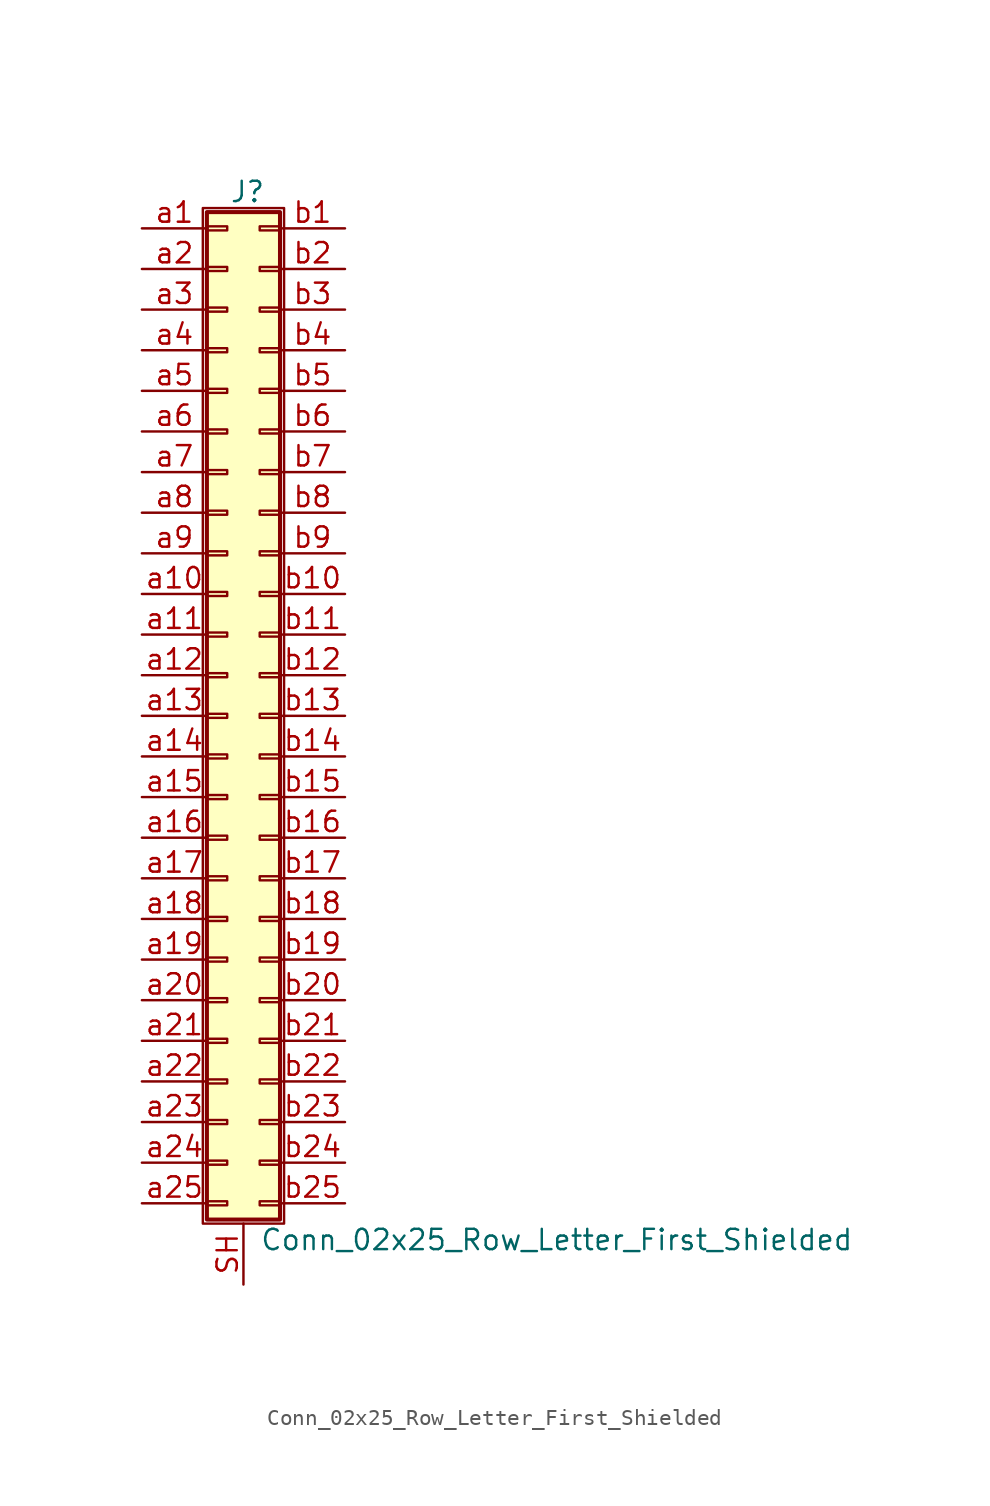
<source format=kicad_sym>
(kicad_symbol_lib
  (version 20211014)
  (generator kicad_symbol_editor)
  (symbol "Conn_02x25_Row_Letter_First_Shielded"
    (pin_names
      (offset 1.016) hide)
    (property "Reference" "J"
      (at 1.524 32.766 0)
      (effects (font (size 1.27 1.27))))
    (property "Value" "Conn_02x25_Row_Letter_First_Shielded"
      (at 2.286 -32.766 0)
      (effects (font (size 1.27 1.27)) (justify left)))
    (symbol "Conn_02x25_Row_Letter_First_Shielded_1_1"
      (rectangle (start -1.27 31.75) (end 3.81 -31.75) (stroke (width 0.152) (type default) (color 0 0 0 0)) (fill (type none)))
      (rectangle (start -1.016 -30.353) (end 0.254 -30.607) (stroke (width 0.152) (type default) (color 0 0 0 0)) (fill (type none)))
      (rectangle (start -1.016 -27.813) (end 0.254 -28.067) (stroke (width 0.152) (type default) (color 0 0 0 0)) (fill (type none)))
      (rectangle (start -1.016 -25.273) (end 0.254 -25.527) (stroke (width 0.152) (type default) (color 0 0 0 0)) (fill (type none)))
      (rectangle (start -1.016 -22.733) (end 0.254 -22.987) (stroke (width 0.152) (type default) (color 0 0 0 0)) (fill (type none)))
      (rectangle (start -1.016 -20.193) (end 0.254 -20.447) (stroke (width 0.152) (type default) (color 0 0 0 0)) (fill (type none)))
      (rectangle (start -1.016 -17.653) (end 0.254 -17.907) (stroke (width 0.152) (type default) (color 0 0 0 0)) (fill (type none)))
      (rectangle (start -1.016 -15.113) (end 0.254 -15.367) (stroke (width 0.152) (type default) (color 0 0 0 0)) (fill (type none)))
      (rectangle (start -1.016 -12.573) (end 0.254 -12.827) (stroke (width 0.152) (type default) (color 0 0 0 0)) (fill (type none)))
      (rectangle (start -1.016 -10.033) (end 0.254 -10.287) (stroke (width 0.152) (type default) (color 0 0 0 0)) (fill (type none)))
      (rectangle (start -1.016 -7.493) (end 0.254 -7.747) (stroke (width 0.152) (type default) (color 0 0 0 0)) (fill (type none)))
      (rectangle (start -1.016 -4.953) (end 0.254 -5.207) (stroke (width 0.152) (type default) (color 0 0 0 0)) (fill (type none)))
      (rectangle (start -1.016 -2.413) (end 0.254 -2.667) (stroke (width 0.152) (type default) (color 0 0 0 0)) (fill (type none)))
      (rectangle (start -1.016 0.127) (end 0.254 -0.127) (stroke (width 0.152) (type default) (color 0 0 0 0)) (fill (type none)))
      (rectangle (start -1.016 2.667) (end 0.254 2.413) (stroke (width 0.152) (type default) (color 0 0 0 0)) (fill (type none)))
      (rectangle (start -1.016 5.207) (end 0.254 4.953) (stroke (width 0.152) (type default) (color 0 0 0 0)) (fill (type none)))
      (rectangle (start -1.016 7.747) (end 0.254 7.493) (stroke (width 0.152) (type default) (color 0 0 0 0)) (fill (type none)))
      (rectangle (start -1.016 10.287) (end 0.254 10.033) (stroke (width 0.152) (type default) (color 0 0 0 0)) (fill (type none)))
      (rectangle (start -1.016 12.827) (end 0.254 12.573) (stroke (width 0.152) (type default) (color 0 0 0 0)) (fill (type none)))
      (rectangle (start -1.016 15.367) (end 0.254 15.113) (stroke (width 0.152) (type default) (color 0 0 0 0)) (fill (type none)))
      (rectangle (start -1.016 17.907) (end 0.254 17.653) (stroke (width 0.152) (type default) (color 0 0 0 0)) (fill (type none)))
      (rectangle (start -1.016 20.447) (end 0.254 20.193) (stroke (width 0.152) (type default) (color 0 0 0 0)) (fill (type none)))
      (rectangle (start -1.016 22.987) (end 0.254 22.733) (stroke (width 0.152) (type default) (color 0 0 0 0)) (fill (type none)))
      (rectangle (start -1.016 25.527) (end 0.254 25.273) (stroke (width 0.152) (type default) (color 0 0 0 0)) (fill (type none)))
      (rectangle (start -1.016 28.067) (end 0.254 27.813) (stroke (width 0.152) (type default) (color 0 0 0 0)) (fill (type none)))
      (rectangle (start -1.016 30.607) (end 0.254 30.353) (stroke (width 0.152) (type default) (color 0 0 0 0)) (fill (type none)))
      (rectangle (start -1.016 31.496) (end 3.556 -31.496) (stroke (width 0.254) (type default) (color 0 0 0 0)) (fill (type background)))
      (rectangle (start 3.556 -30.353) (end 2.286 -30.607) (stroke (width 0.152) (type default) (color 0 0 0 0)) (fill (type none)))
      (rectangle (start 3.556 -27.813) (end 2.286 -28.067) (stroke (width 0.152) (type default) (color 0 0 0 0)) (fill (type none)))
      (rectangle (start 3.556 -25.273) (end 2.286 -25.527) (stroke (width 0.152) (type default) (color 0 0 0 0)) (fill (type none)))
      (rectangle (start 3.556 -22.733) (end 2.286 -22.987) (stroke (width 0.152) (type default) (color 0 0 0 0)) (fill (type none)))
      (rectangle (start 3.556 -20.193) (end 2.286 -20.447) (stroke (width 0.152) (type default) (color 0 0 0 0)) (fill (type none)))
      (rectangle (start 3.556 -17.653) (end 2.286 -17.907) (stroke (width 0.152) (type default) (color 0 0 0 0)) (fill (type none)))
      (rectangle (start 3.556 -15.113) (end 2.286 -15.367) (stroke (width 0.152) (type default) (color 0 0 0 0)) (fill (type none)))
      (rectangle (start 3.556 -12.573) (end 2.286 -12.827) (stroke (width 0.152) (type default) (color 0 0 0 0)) (fill (type none)))
      (rectangle (start 3.556 -10.033) (end 2.286 -10.287) (stroke (width 0.152) (type default) (color 0 0 0 0)) (fill (type none)))
      (rectangle (start 3.556 -7.493) (end 2.286 -7.747) (stroke (width 0.152) (type default) (color 0 0 0 0)) (fill (type none)))
      (rectangle (start 3.556 -4.953) (end 2.286 -5.207) (stroke (width 0.152) (type default) (color 0 0 0 0)) (fill (type none)))
      (rectangle (start 3.556 -2.413) (end 2.286 -2.667) (stroke (width 0.152) (type default) (color 0 0 0 0)) (fill (type none)))
      (rectangle (start 3.556 0.127) (end 2.286 -0.127) (stroke (width 0.152) (type default) (color 0 0 0 0)) (fill (type none)))
      (rectangle (start 3.556 2.667) (end 2.286 2.413) (stroke (width 0.152) (type default) (color 0 0 0 0)) (fill (type none)))
      (rectangle (start 3.556 5.207) (end 2.286 4.953) (stroke (width 0.152) (type default) (color 0 0 0 0)) (fill (type none)))
      (rectangle (start 3.556 7.747) (end 2.286 7.493) (stroke (width 0.152) (type default) (color 0 0 0 0)) (fill (type none)))
      (rectangle (start 3.556 10.287) (end 2.286 10.033) (stroke (width 0.152) (type default) (color 0 0 0 0)) (fill (type none)))
      (rectangle (start 3.556 12.827) (end 2.286 12.573) (stroke (width 0.152) (type default) (color 0 0 0 0)) (fill (type none)))
      (rectangle (start 3.556 15.367) (end 2.286 15.113) (stroke (width 0.152) (type default) (color 0 0 0 0)) (fill (type none)))
      (rectangle (start 3.556 17.907) (end 2.286 17.653) (stroke (width 0.152) (type default) (color 0 0 0 0)) (fill (type none)))
      (rectangle (start 3.556 20.447) (end 2.286 20.193) (stroke (width 0.152) (type default) (color 0 0 0 0)) (fill (type none)))
      (rectangle (start 3.556 22.987) (end 2.286 22.733) (stroke (width 0.152) (type default) (color 0 0 0 0)) (fill (type none)))
      (rectangle (start 3.556 25.527) (end 2.286 25.273) (stroke (width 0.152) (type default) (color 0 0 0 0)) (fill (type none)))
      (rectangle (start 3.556 28.067) (end 2.286 27.813) (stroke (width 0.152) (type default) (color 0 0 0 0)) (fill (type none)))
      (rectangle (start 3.556 30.607) (end 2.286 30.353) (stroke (width 0.152) (type default) (color 0 0 0 0)) (fill (type none)))
      (pin passive line (at 1.27 -35.56 90) (length 3.81) (name "Shield" (effects (font (size 1.27 1.27)))) (number "SH" (effects (font (size 1.27 1.27)))))
      (pin passive line (at -5.08 30.48 0) (length 4.064) (name "Pin_a1" (effects (font (size 1.27 1.27)))) (number "a1" (effects (font (size 1.27 1.27)))))
      (pin passive line (at -5.08 7.62 0) (length 4.064) (name "Pin_a10" (effects (font (size 1.27 1.27)))) (number "a10" (effects (font (size 1.27 1.27)))))
      (pin passive line (at -5.08 5.08 0) (length 4.064) (name "Pin_a11" (effects (font (size 1.27 1.27)))) (number "a11" (effects (font (size 1.27 1.27)))))
      (pin passive line (at -5.08 2.54 0) (length 4.064) (name "Pin_a12" (effects (font (size 1.27 1.27)))) (number "a12" (effects (font (size 1.27 1.27)))))
      (pin passive line (at -5.08 0 0) (length 4.064) (name "Pin_a13" (effects (font (size 1.27 1.27)))) (number "a13" (effects (font (size 1.27 1.27)))))
      (pin passive line (at -5.08 -2.54 0) (length 4.064) (name "Pin_a14" (effects (font (size 1.27 1.27)))) (number "a14" (effects (font (size 1.27 1.27)))))
      (pin passive line (at -5.08 -5.08 0) (length 4.064) (name "Pin_a15" (effects (font (size 1.27 1.27)))) (number "a15" (effects (font (size 1.27 1.27)))))
      (pin passive line (at -5.08 -7.62 0) (length 4.064) (name "Pin_a16" (effects (font (size 1.27 1.27)))) (number "a16" (effects (font (size 1.27 1.27)))))
      (pin passive line (at -5.08 -10.16 0) (length 4.064) (name "Pin_a17" (effects (font (size 1.27 1.27)))) (number "a17" (effects (font (size 1.27 1.27)))))
      (pin passive line (at -5.08 -12.7 0) (length 4.064) (name "Pin_a18" (effects (font (size 1.27 1.27)))) (number "a18" (effects (font (size 1.27 1.27)))))
      (pin passive line (at -5.08 -15.24 0) (length 4.064) (name "Pin_a19" (effects (font (size 1.27 1.27)))) (number "a19" (effects (font (size 1.27 1.27)))))
      (pin passive line (at -5.08 27.94 0) (length 4.064) (name "Pin_a2" (effects (font (size 1.27 1.27)))) (number "a2" (effects (font (size 1.27 1.27)))))
      (pin passive line (at -5.08 -17.78 0) (length 4.064) (name "Pin_a20" (effects (font (size 1.27 1.27)))) (number "a20" (effects (font (size 1.27 1.27)))))
      (pin passive line (at -5.08 -20.32 0) (length 4.064) (name "Pin_a21" (effects (font (size 1.27 1.27)))) (number "a21" (effects (font (size 1.27 1.27)))))
      (pin passive line (at -5.08 -22.86 0) (length 4.064) (name "Pin_a22" (effects (font (size 1.27 1.27)))) (number "a22" (effects (font (size 1.27 1.27)))))
      (pin passive line (at -5.08 -25.4 0) (length 4.064) (name "Pin_a23" (effects (font (size 1.27 1.27)))) (number "a23" (effects (font (size 1.27 1.27)))))
      (pin passive line (at -5.08 -27.94 0) (length 4.064) (name "Pin_a24" (effects (font (size 1.27 1.27)))) (number "a24" (effects (font (size 1.27 1.27)))))
      (pin passive line (at -5.08 -30.48 0) (length 4.064) (name "Pin_a25" (effects (font (size 1.27 1.27)))) (number "a25" (effects (font (size 1.27 1.27)))))
      (pin passive line (at -5.08 25.4 0) (length 4.064) (name "Pin_a3" (effects (font (size 1.27 1.27)))) (number "a3" (effects (font (size 1.27 1.27)))))
      (pin passive line (at -5.08 22.86 0) (length 4.064) (name "Pin_a4" (effects (font (size 1.27 1.27)))) (number "a4" (effects (font (size 1.27 1.27)))))
      (pin passive line (at -5.08 20.32 0) (length 4.064) (name "Pin_a5" (effects (font (size 1.27 1.27)))) (number "a5" (effects (font (size 1.27 1.27)))))
      (pin passive line (at -5.08 17.78 0) (length 4.064) (name "Pin_a6" (effects (font (size 1.27 1.27)))) (number "a6" (effects (font (size 1.27 1.27)))))
      (pin passive line (at -5.08 15.24 0) (length 4.064) (name "Pin_a7" (effects (font (size 1.27 1.27)))) (number "a7" (effects (font (size 1.27 1.27)))))
      (pin passive line (at -5.08 12.7 0) (length 4.064) (name "Pin_a8" (effects (font (size 1.27 1.27)))) (number "a8" (effects (font (size 1.27 1.27)))))
      (pin passive line (at -5.08 10.16 0) (length 4.064) (name "Pin_a9" (effects (font (size 1.27 1.27)))) (number "a9" (effects (font (size 1.27 1.27)))))
      (pin passive line (at 7.62 30.48 180) (length 4.064) (name "Pin_b1" (effects (font (size 1.27 1.27)))) (number "b1" (effects (font (size 1.27 1.27)))))
      (pin passive line (at 7.62 7.62 180) (length 4.064) (name "Pin_b10" (effects (font (size 1.27 1.27)))) (number "b10" (effects (font (size 1.27 1.27)))))
      (pin passive line (at 7.62 5.08 180) (length 4.064) (name "Pin_b11" (effects (font (size 1.27 1.27)))) (number "b11" (effects (font (size 1.27 1.27)))))
      (pin passive line (at 7.62 2.54 180) (length 4.064) (name "Pin_b12" (effects (font (size 1.27 1.27)))) (number "b12" (effects (font (size 1.27 1.27)))))
      (pin passive line (at 7.62 0 180) (length 4.064) (name "Pin_b13" (effects (font (size 1.27 1.27)))) (number "b13" (effects (font (size 1.27 1.27)))))
      (pin passive line (at 7.62 -2.54 180) (length 4.064) (name "Pin_b14" (effects (font (size 1.27 1.27)))) (number "b14" (effects (font (size 1.27 1.27)))))
      (pin passive line (at 7.62 -5.08 180) (length 4.064) (name "Pin_b15" (effects (font (size 1.27 1.27)))) (number "b15" (effects (font (size 1.27 1.27)))))
      (pin passive line (at 7.62 -7.62 180) (length 4.064) (name "Pin_b16" (effects (font (size 1.27 1.27)))) (number "b16" (effects (font (size 1.27 1.27)))))
      (pin passive line (at 7.62 -10.16 180) (length 4.064) (name "Pin_b17" (effects (font (size 1.27 1.27)))) (number "b17" (effects (font (size 1.27 1.27)))))
      (pin passive line (at 7.62 -12.7 180) (length 4.064) (name "Pin_b18" (effects (font (size 1.27 1.27)))) (number "b18" (effects (font (size 1.27 1.27)))))
      (pin passive line (at 7.62 -15.24 180) (length 4.064) (name "Pin_b19" (effects (font (size 1.27 1.27)))) (number "b19" (effects (font (size 1.27 1.27)))))
      (pin passive line (at 7.62 27.94 180) (length 4.064) (name "Pin_b2" (effects (font (size 1.27 1.27)))) (number "b2" (effects (font (size 1.27 1.27)))))
      (pin passive line (at 7.62 -17.78 180) (length 4.064) (name "Pin_b20" (effects (font (size 1.27 1.27)))) (number "b20" (effects (font (size 1.27 1.27)))))
      (pin passive line (at 7.62 -20.32 180) (length 4.064) (name "Pin_b21" (effects (font (size 1.27 1.27)))) (number "b21" (effects (font (size 1.27 1.27)))))
      (pin passive line (at 7.62 -22.86 180) (length 4.064) (name "Pin_b22" (effects (font (size 1.27 1.27)))) (number "b22" (effects (font (size 1.27 1.27)))))
      (pin passive line (at 7.62 -25.4 180) (length 4.064) (name "Pin_b23" (effects (font (size 1.27 1.27)))) (number "b23" (effects (font (size 1.27 1.27)))))
      (pin passive line (at 7.62 -27.94 180) (length 4.064) (name "Pin_b24" (effects (font (size 1.27 1.27)))) (number "b24" (effects (font (size 1.27 1.27)))))
      (pin passive line (at 7.62 -30.48 180) (length 4.064) (name "Pin_b25" (effects (font (size 1.27 1.27)))) (number "b25" (effects (font (size 1.27 1.27)))))
      (pin passive line (at 7.62 25.4 180) (length 4.064) (name "Pin_b3" (effects (font (size 1.27 1.27)))) (number "b3" (effects (font (size 1.27 1.27)))))
      (pin passive line (at 7.62 22.86 180) (length 4.064) (name "Pin_b4" (effects (font (size 1.27 1.27)))) (number "b4" (effects (font (size 1.27 1.27)))))
      (pin passive line (at 7.62 20.32 180) (length 4.064) (name "Pin_b5" (effects (font (size 1.27 1.27)))) (number "b5" (effects (font (size 1.27 1.27)))))
      (pin passive line (at 7.62 17.78 180) (length 4.064) (name "Pin_b6" (effects (font (size 1.27 1.27)))) (number "b6" (effects (font (size 1.27 1.27)))))
      (pin passive line (at 7.62 15.24 180) (length 4.064) (name "Pin_b7" (effects (font (size 1.27 1.27)))) (number "b7" (effects (font (size 1.27 1.27)))))
      (pin passive line (at 7.62 12.7 180) (length 4.064) (name "Pin_b8" (effects (font (size 1.27 1.27)))) (number "b8" (effects (font (size 1.27 1.27)))))
      (pin passive line (at 7.62 10.16 180) (length 4.064) (name "Pin_b9" (effects (font (size 1.27 1.27)))) (number "b9" (effects (font (size 1.27 1.27))))))))
</source>
